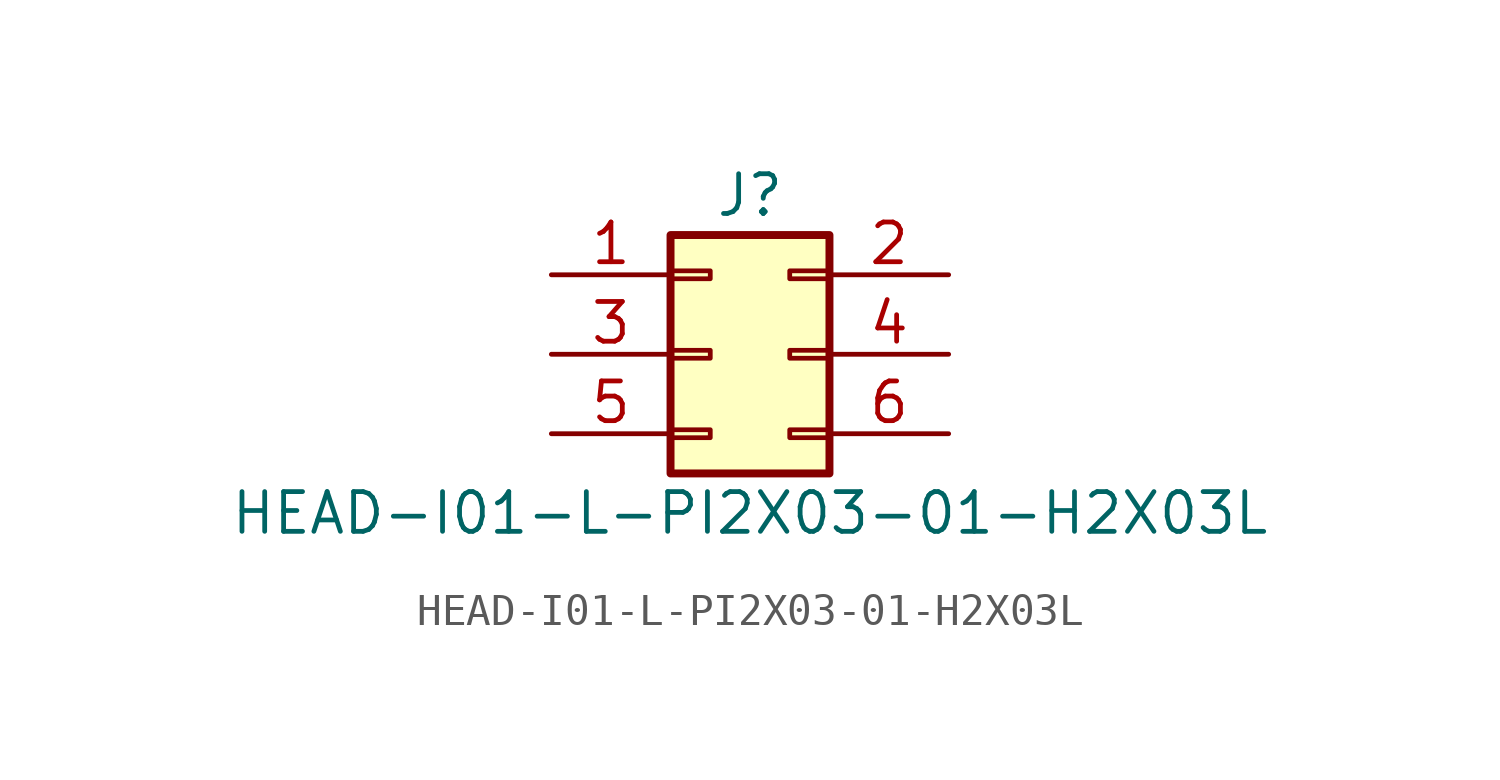
<source format=kicad_sym>
(kicad_symbol_lib
  (version 20211014)
  (generator kicad_symbol_editor)
  (symbol "HEAD-I01-L-PI2X03-01-H2X03L"
    (pin_names
      (offset 1.016) hide)
    (property "Reference" "J"
      (at 1.27 5.08 0)
      (effects (font (size 1.27 1.27))))
    (property "Value" "HEAD-I01-L-PI2X03-01-H2X03L"
      (at 1.27 -5.08 0)
      (effects (font (size 1.27 1.27))))
    (symbol "HEAD-I01-L-PI2X03-01-H2X03L_1_1"
      (rectangle (start -1.27 -2.413) (end 0 -2.667) (stroke (width 0.152) (type default) (color 0 0 0 0)) (fill (type none)))
      (rectangle (start -1.27 0.127) (end 0 -0.127) (stroke (width 0.152) (type default) (color 0 0 0 0)) (fill (type none)))
      (rectangle (start -1.27 2.667) (end 0 2.413) (stroke (width 0.152) (type default) (color 0 0 0 0)) (fill (type none)))
      (rectangle (start -1.27 3.81) (end 3.81 -3.81) (stroke (width 0.254) (type default) (color 0 0 0 0)) (fill (type background)))
      (rectangle (start 3.81 -2.413) (end 2.54 -2.667) (stroke (width 0.152) (type default) (color 0 0 0 0)) (fill (type none)))
      (rectangle (start 3.81 0.127) (end 2.54 -0.127) (stroke (width 0.152) (type default) (color 0 0 0 0)) (fill (type none)))
      (rectangle (start 3.81 2.667) (end 2.54 2.413) (stroke (width 0.152) (type default) (color 0 0 0 0)) (fill (type none)))
      (pin passive line (at -5.08 2.54 0) (length 3.81) (name "Pin_1" (effects (font (size 1.27 1.27)))) (number "1" (effects (font (size 1.27 1.27)))))
      (pin passive line (at 7.62 2.54 180) (length 3.81) (name "Pin_2" (effects (font (size 1.27 1.27)))) (number "2" (effects (font (size 1.27 1.27)))))
      (pin passive line (at -5.08 0 0) (length 3.81) (name "Pin_3" (effects (font (size 1.27 1.27)))) (number "3" (effects (font (size 1.27 1.27)))))
      (pin passive line (at 7.62 0 180) (length 3.81) (name "Pin_4" (effects (font (size 1.27 1.27)))) (number "4" (effects (font (size 1.27 1.27)))))
      (pin passive line (at -5.08 -2.54 0) (length 3.81) (name "Pin_5" (effects (font (size 1.27 1.27)))) (number "5" (effects (font (size 1.27 1.27)))))
      (pin passive line (at 7.62 -2.54 180) (length 3.81) (name "Pin_6" (effects (font (size 1.27 1.27)))) (number "6" (effects (font (size 1.27 1.27))))))))
</source>
